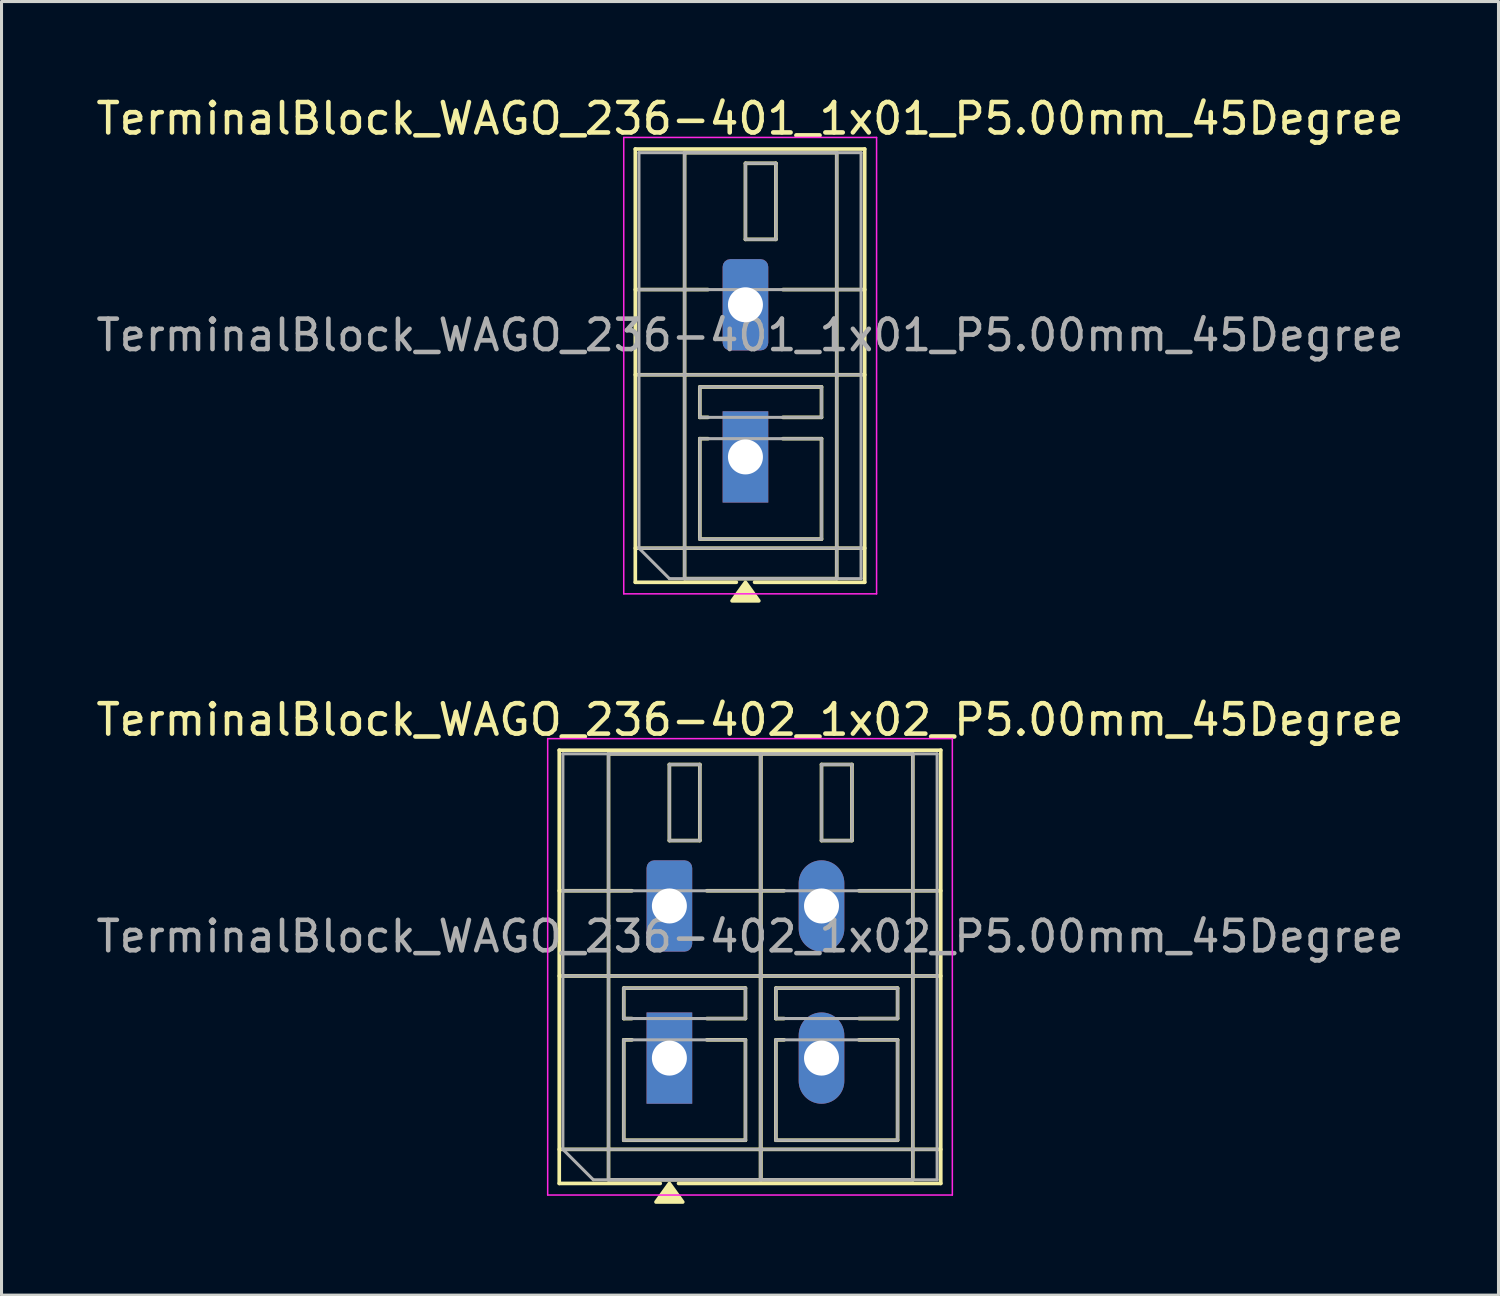
<source format=kicad_pcb>
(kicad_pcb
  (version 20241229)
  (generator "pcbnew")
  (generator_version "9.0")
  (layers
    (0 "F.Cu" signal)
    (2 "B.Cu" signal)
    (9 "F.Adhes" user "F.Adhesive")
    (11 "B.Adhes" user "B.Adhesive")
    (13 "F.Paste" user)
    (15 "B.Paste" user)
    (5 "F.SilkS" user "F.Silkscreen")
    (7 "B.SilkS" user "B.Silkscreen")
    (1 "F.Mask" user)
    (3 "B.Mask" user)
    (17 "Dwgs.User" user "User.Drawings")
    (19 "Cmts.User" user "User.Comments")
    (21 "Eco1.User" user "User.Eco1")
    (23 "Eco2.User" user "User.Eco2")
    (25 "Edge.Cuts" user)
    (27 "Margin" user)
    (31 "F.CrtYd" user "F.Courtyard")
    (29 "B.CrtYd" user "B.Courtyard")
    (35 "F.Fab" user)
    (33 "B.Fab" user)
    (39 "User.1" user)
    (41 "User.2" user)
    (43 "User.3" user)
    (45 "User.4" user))
  (footprint "TerminalBlock_WAGO_236-402_1x02_P5.00mm_45Degree"
    (layer "F.Cu")
    (at 18.951 26.727)
    (property "Reference" "TerminalBlock_WAGO_236-402_1x02_P5.00mm_45Degree" (at 2.65 -6.12 0) (layer "F.SilkS") (effects (font (size 1 1) (thickness 0.15))))
    (attr through_hole)
    (fp_line (start -3.62 -5.12) (end -3.62 9.12) (stroke (width 0.12) (type solid)) (layer "F.SilkS"))
    (fp_line (start -3.62 -5.12) (end 8.92 -5.12) (stroke (width 0.12) (type solid)) (layer "F.SilkS"))
    (fp_line (start -3.62 -0.5) (end -1.23 -0.5) (stroke (width 0.12) (type solid)) (layer "F.SilkS"))
    (fp_line (start -3.62 2.3) (end 8.92 2.3) (stroke (width 0.12) (type solid)) (layer "F.SilkS"))
    (fp_line (start -3.62 8) (end 8.92 8) (stroke (width 0.12) (type solid)) (layer "F.SilkS"))
    (fp_line (start -3.62 9.12) (end -0.3 9.12) (stroke (width 0.12) (type solid)) (layer "F.SilkS"))
    (fp_line (start -2 -5) (end -2 9) (stroke (width 0.12) (type solid)) (layer "F.SilkS"))
    (fp_line (start -2 -5) (end 3 -5) (stroke (width 0.12) (type solid)) (layer "F.SilkS"))
    (fp_line (start -2 9) (end 3 9) (stroke (width 0.12) (type solid)) (layer "F.SilkS"))
    (fp_line (start -1.5 2.7) (end -1.5 3.7) (stroke (width 0.12) (type solid)) (layer "F.SilkS"))
    (fp_line (start -1.5 2.7) (end 2.5 2.7) (stroke (width 0.12) (type solid)) (layer "F.SilkS"))
    (fp_line (start -1.5 3.7) (end -1.23 3.7) (stroke (width 0.12) (type solid)) (layer "F.SilkS"))
    (fp_line (start -1.5 4.4) (end -1.5 7.7) (stroke (width 0.12) (type solid)) (layer "F.SilkS"))
    (fp_line (start -1.5 4.4) (end -1.23 4.4) (stroke (width 0.12) (type solid)) (layer "F.SilkS"))
    (fp_line (start -1.5 7.7) (end 2.5 7.7) (stroke (width 0.12) (type solid)) (layer "F.SilkS"))
    (fp_line (start 0 -4.65) (end 0 -2.15) (stroke (width 0.12) (type solid)) (layer "F.SilkS"))
    (fp_line (start 0 -4.65) (end 1 -4.65) (stroke (width 0.12) (type solid)) (layer "F.SilkS"))
    (fp_line (start 0 -2.15) (end 1 -2.15) (stroke (width 0.12) (type solid)) (layer "F.SilkS"))
    (fp_line (start 0.3 9.12) (end 8.92 9.12) (stroke (width 0.12) (type solid)) (layer "F.SilkS"))
    (fp_line (start 1 -4.65) (end 1 -2.15) (stroke (width 0.12) (type solid)) (layer "F.SilkS"))
    (fp_line (start 1.23 -0.5) (end 3.77 -0.5) (stroke (width 0.12) (type solid)) (layer "F.SilkS"))
    (fp_line (start 1.23 3.7) (end 2.5 3.7) (stroke (width 0.12) (type solid)) (layer "F.SilkS"))
    (fp_line (start 1.23 4.4) (end 2.5 4.4) (stroke (width 0.12) (type solid)) (layer "F.SilkS"))
    (fp_line (start 2.5 2.7) (end 2.5 3.7) (stroke (width 0.12) (type solid)) (layer "F.SilkS"))
    (fp_line (start 2.5 4.4) (end 2.5 7.7) (stroke (width 0.12) (type solid)) (layer "F.SilkS"))
    (fp_line (start 3 -5) (end 3 9) (stroke (width 0.12) (type solid)) (layer "F.SilkS"))
    (fp_line (start 3 -5) (end 3 9) (stroke (width 0.12) (type solid)) (layer "F.SilkS"))
    (fp_line (start 3 -5) (end 8 -5) (stroke (width 0.12) (type solid)) (layer "F.SilkS"))
    (fp_line (start 3 9) (end 8 9) (stroke (width 0.12) (type solid)) (layer "F.SilkS"))
    (fp_line (start 3.5 2.7) (end 3.5 3.7) (stroke (width 0.12) (type solid)) (layer "F.SilkS"))
    (fp_line (start 3.5 2.7) (end 7.5 2.7) (stroke (width 0.12) (type solid)) (layer "F.SilkS"))
    (fp_line (start 3.5 3.7) (end 3.77 3.7) (stroke (width 0.12) (type solid)) (layer "F.SilkS"))
    (fp_line (start 3.5 4.4) (end 3.5 7.7) (stroke (width 0.12) (type solid)) (layer "F.SilkS"))
    (fp_line (start 3.5 4.4) (end 3.77 4.4) (stroke (width 0.12) (type solid)) (layer "F.SilkS"))
    (fp_line (start 3.5 7.7) (end 7.5 7.7) (stroke (width 0.12) (type solid)) (layer "F.SilkS"))
    (fp_line (start 5 -4.65) (end 5 -2.15) (stroke (width 0.12) (type solid)) (layer "F.SilkS"))
    (fp_line (start 5 -4.65) (end 6 -4.65) (stroke (width 0.12) (type solid)) (layer "F.SilkS"))
    (fp_line (start 5 -2.15) (end 6 -2.15) (stroke (width 0.12) (type solid)) (layer "F.SilkS"))
    (fp_line (start 6 -4.65) (end 6 -2.15) (stroke (width 0.12) (type solid)) (layer "F.SilkS"))
    (fp_line (start 6.23 -0.5) (end 8.92 -0.5) (stroke (width 0.12) (type solid)) (layer "F.SilkS"))
    (fp_line (start 6.23 3.7) (end 7.5 3.7) (stroke (width 0.12) (type solid)) (layer "F.SilkS"))
    (fp_line (start 6.23 4.4) (end 7.5 4.4) (stroke (width 0.12) (type solid)) (layer "F.SilkS"))
    (fp_line (start 7.5 2.7) (end 7.5 3.7) (stroke (width 0.12) (type solid)) (layer "F.SilkS"))
    (fp_line (start 7.5 4.4) (end 7.5 7.7) (stroke (width 0.12) (type solid)) (layer "F.SilkS"))
    (fp_line (start 8 -5) (end 8 9) (stroke (width 0.12) (type solid)) (layer "F.SilkS"))
    (fp_line (start 8.92 -5.12) (end 8.92 9.12) (stroke (width 0.12) (type solid)) (layer "F.SilkS"))
    (fp_poly (pts (xy 0 9.12) (xy 0.44 9.73) (xy -0.44 9.73)) (stroke (width 0.12) (type solid)) (fill yes) (layer "F.SilkS"))
    (fp_line (start -4 -5.5) (end -4 9.5) (stroke (width 0.05) (type solid)) (layer "F.CrtYd"))
    (fp_line (start -4 9.5) (end 9.3 9.5) (stroke (width 0.05) (type solid)) (layer "F.CrtYd"))
    (fp_line (start 9.3 -5.5) (end -4 -5.5) (stroke (width 0.05) (type solid)) (layer "F.CrtYd"))
    (fp_line (start 9.3 9.5) (end 9.3 -5.5) (stroke (width 0.05) (type solid)) (layer "F.CrtYd"))
    (fp_line (start -3.5 -5) (end 8.8 -5) (stroke (width 0.1) (type solid)) (layer "F.Fab"))
    (fp_line (start -3.5 -0.5) (end 8.8 -0.5) (stroke (width 0.1) (type solid)) (layer "F.Fab"))
    (fp_line (start -3.5 2.3) (end 8.8 2.3) (stroke (width 0.1) (type solid)) (layer "F.Fab"))
    (fp_line (start -3.5 8) (end -3.5 -5) (stroke (width 0.1) (type solid)) (layer "F.Fab"))
    (fp_line (start -3.5 8) (end 8.8 8) (stroke (width 0.1) (type solid)) (layer "F.Fab"))
    (fp_line (start -2.5 9) (end -3.5 8) (stroke (width 0.1) (type solid)) (layer "F.Fab"))
    (fp_line (start -2 -5) (end -2 9) (stroke (width 0.1) (type solid)) (layer "F.Fab"))
    (fp_line (start -2 9) (end 3 9) (stroke (width 0.1) (type solid)) (layer "F.Fab"))
    (fp_line (start -1.5 2.7) (end -1.5 3.7) (stroke (width 0.1) (type solid)) (layer "F.Fab"))
    (fp_line (start -1.5 3.7) (end 2.5 3.7) (stroke (width 0.1) (type solid)) (layer "F.Fab"))
    (fp_line (start -1.5 4.4) (end -1.5 7.7) (stroke (width 0.1) (type solid)) (layer "F.Fab"))
    (fp_line (start -1.5 7.7) (end 2.5 7.7) (stroke (width 0.1) (type solid)) (layer "F.Fab"))
    (fp_line (start 0 -4.65) (end 0 -2.15) (stroke (width 0.1) (type solid)) (layer "F.Fab"))
    (fp_line (start 0 -2.15) (end 1 -2.15) (stroke (width 0.1) (type solid)) (layer "F.Fab"))
    (fp_line (start 1 -4.65) (end 0 -4.65) (stroke (width 0.1) (type solid)) (layer "F.Fab"))
    (fp_line (start 1 -2.15) (end 1 -4.65) (stroke (width 0.1) (type solid)) (layer "F.Fab"))
    (fp_line (start 2.5 2.7) (end -1.5 2.7) (stroke (width 0.1) (type solid)) (layer "F.Fab"))
    (fp_line (start 2.5 3.7) (end 2.5 2.7) (stroke (width 0.1) (type solid)) (layer "F.Fab"))
    (fp_line (start 2.5 4.4) (end -1.5 4.4) (stroke (width 0.1) (type solid)) (layer "F.Fab"))
    (fp_line (start 2.5 7.7) (end 2.5 4.4) (stroke (width 0.1) (type solid)) (layer "F.Fab"))
    (fp_line (start 3 -5) (end -2 -5) (stroke (width 0.1) (type solid)) (layer "F.Fab"))
    (fp_line (start 3 -5) (end 3 9) (stroke (width 0.1) (type solid)) (layer "F.Fab"))
    (fp_line (start 3 9) (end 3 -5) (stroke (width 0.1) (type solid)) (layer "F.Fab"))
    (fp_line (start 3 9) (end 8 9) (stroke (width 0.1) (type solid)) (layer "F.Fab"))
    (fp_line (start 3.5 2.7) (end 3.5 3.7) (stroke (width 0.1) (type solid)) (layer "F.Fab"))
    (fp_line (start 3.5 3.7) (end 7.5 3.7) (stroke (width 0.1) (type solid)) (layer "F.Fab"))
    (fp_line (start 3.5 4.4) (end 3.5 7.7) (stroke (width 0.1) (type solid)) (layer "F.Fab"))
    (fp_line (start 3.5 7.7) (end 7.5 7.7) (stroke (width 0.1) (type solid)) (layer "F.Fab"))
    (fp_line (start 5 -4.65) (end 5 -2.15) (stroke (width 0.1) (type solid)) (layer "F.Fab"))
    (fp_line (start 5 -2.15) (end 6 -2.15) (stroke (width 0.1) (type solid)) (layer "F.Fab"))
    (fp_line (start 6 -4.65) (end 5 -4.65) (stroke (width 0.1) (type solid)) (layer "F.Fab"))
    (fp_line (start 6 -2.15) (end 6 -4.65) (stroke (width 0.1) (type solid)) (layer "F.Fab"))
    (fp_line (start 7.5 2.7) (end 3.5 2.7) (stroke (width 0.1) (type solid)) (layer "F.Fab"))
    (fp_line (start 7.5 3.7) (end 7.5 2.7) (stroke (width 0.1) (type solid)) (layer "F.Fab"))
    (fp_line (start 7.5 4.4) (end 3.5 4.4) (stroke (width 0.1) (type solid)) (layer "F.Fab"))
    (fp_line (start 7.5 7.7) (end 7.5 4.4) (stroke (width 0.1) (type solid)) (layer "F.Fab"))
    (fp_line (start 8 -5) (end 3 -5) (stroke (width 0.1) (type solid)) (layer "F.Fab"))
    (fp_line (start 8 9) (end 8 -5) (stroke (width 0.1) (type solid)) (layer "F.Fab"))
    (fp_line (start 8.8 -5) (end 8.8 9) (stroke (width 0.1) (type solid)) (layer "F.Fab"))
    (fp_line (start 8.8 9) (end -2.5 9) (stroke (width 0.1) (type solid)) (layer "F.Fab"))
    (fp_text user "${REFERENCE}" (at 2.65 1 0) (layer "F.Fab") (effects (font (size 1 1) (thickness 0.15))))
    (pad "1" thru_hole roundrect (at 0 0) (size 1.5 3) (drill 1.15) (layers "*.Cu" "*.Mask") (roundrect_rratio 0.167))
    (pad "1" thru_hole rect (at 0 5) (size 1.5 3) (drill 1.15) (layers "*.Cu" "*.Mask"))
    (pad "2" thru_hole oval (at 5 0) (size 1.5 3) (drill 1.15) (layers "*.Cu" "*.Mask"))
    (pad "2" thru_hole oval (at 5 5) (size 1.5 3) (drill 1.15) (layers "*.Cu" "*.Mask")))
  (footprint "TerminalBlock_WAGO_236-401_1x01_P5.00mm_45Degree"
    (layer "F.Cu")
    (at 21.451 6.968)
    (property "Reference" "TerminalBlock_WAGO_236-401_1x01_P5.00mm_45Degree" (at 0.15 -6.12 0) (layer "F.SilkS") (effects (font (size 1 1) (thickness 0.15))))
    (attr through_hole)
    (fp_line (start -3.62 -5.12) (end -3.62 9.12) (stroke (width 0.12) (type solid)) (layer "F.SilkS"))
    (fp_line (start -3.62 -5.12) (end 3.92 -5.12) (stroke (width 0.12) (type solid)) (layer "F.SilkS"))
    (fp_line (start -3.62 -0.5) (end -1.23 -0.5) (stroke (width 0.12) (type solid)) (layer "F.SilkS"))
    (fp_line (start -3.62 2.3) (end 3.92 2.3) (stroke (width 0.12) (type solid)) (layer "F.SilkS"))
    (fp_line (start -3.62 8) (end 3.92 8) (stroke (width 0.12) (type solid)) (layer "F.SilkS"))
    (fp_line (start -3.62 9.12) (end -0.3 9.12) (stroke (width 0.12) (type solid)) (layer "F.SilkS"))
    (fp_line (start -2 -5) (end -2 9) (stroke (width 0.12) (type solid)) (layer "F.SilkS"))
    (fp_line (start -2 -5) (end 3 -5) (stroke (width 0.12) (type solid)) (layer "F.SilkS"))
    (fp_line (start -2 9) (end 3 9) (stroke (width 0.12) (type solid)) (layer "F.SilkS"))
    (fp_line (start -1.5 2.7) (end -1.5 3.7) (stroke (width 0.12) (type solid)) (layer "F.SilkS"))
    (fp_line (start -1.5 2.7) (end 2.5 2.7) (stroke (width 0.12) (type solid)) (layer "F.SilkS"))
    (fp_line (start -1.5 3.7) (end -1.23 3.7) (stroke (width 0.12) (type solid)) (layer "F.SilkS"))
    (fp_line (start -1.5 4.4) (end -1.5 7.7) (stroke (width 0.12) (type solid)) (layer "F.SilkS"))
    (fp_line (start -1.5 4.4) (end -1.23 4.4) (stroke (width 0.12) (type solid)) (layer "F.SilkS"))
    (fp_line (start -1.5 7.7) (end 2.5 7.7) (stroke (width 0.12) (type solid)) (layer "F.SilkS"))
    (fp_line (start 0 -4.65) (end 0 -2.15) (stroke (width 0.12) (type solid)) (layer "F.SilkS"))
    (fp_line (start 0 -4.65) (end 1 -4.65) (stroke (width 0.12) (type solid)) (layer "F.SilkS"))
    (fp_line (start 0 -2.15) (end 1 -2.15) (stroke (width 0.12) (type solid)) (layer "F.SilkS"))
    (fp_line (start 0.3 9.12) (end 3.92 9.12) (stroke (width 0.12) (type solid)) (layer "F.SilkS"))
    (fp_line (start 1 -4.65) (end 1 -2.15) (stroke (width 0.12) (type solid)) (layer "F.SilkS"))
    (fp_line (start 1.23 -0.5) (end 3.92 -0.5) (stroke (width 0.12) (type solid)) (layer "F.SilkS"))
    (fp_line (start 1.23 3.7) (end 2.5 3.7) (stroke (width 0.12) (type solid)) (layer "F.SilkS"))
    (fp_line (start 1.23 4.4) (end 2.5 4.4) (stroke (width 0.12) (type solid)) (layer "F.SilkS"))
    (fp_line (start 2.5 2.7) (end 2.5 3.7) (stroke (width 0.12) (type solid)) (layer "F.SilkS"))
    (fp_line (start 2.5 4.4) (end 2.5 7.7) (stroke (width 0.12) (type solid)) (layer "F.SilkS"))
    (fp_line (start 3 -5) (end 3 9) (stroke (width 0.12) (type solid)) (layer "F.SilkS"))
    (fp_line (start 3.92 -5.12) (end 3.92 9.12) (stroke (width 0.12) (type solid)) (layer "F.SilkS"))
    (fp_poly (pts (xy 0 9.12) (xy 0.44 9.73) (xy -0.44 9.73)) (stroke (width 0.12) (type solid)) (fill yes) (layer "F.SilkS"))
    (fp_line (start -4 -5.5) (end -4 9.5) (stroke (width 0.05) (type solid)) (layer "F.CrtYd"))
    (fp_line (start -4 9.5) (end 4.31 9.5) (stroke (width 0.05) (type solid)) (layer "F.CrtYd"))
    (fp_line (start 4.31 -5.5) (end -4 -5.5) (stroke (width 0.05) (type solid)) (layer "F.CrtYd"))
    (fp_line (start 4.31 9.5) (end 4.31 -5.5) (stroke (width 0.05) (type solid)) (layer "F.CrtYd"))
    (fp_line (start -3.5 -5) (end 3.8 -5) (stroke (width 0.1) (type solid)) (layer "F.Fab"))
    (fp_line (start -3.5 -0.5) (end 3.8 -0.5) (stroke (width 0.1) (type solid)) (layer "F.Fab"))
    (fp_line (start -3.5 2.3) (end 3.8 2.3) (stroke (width 0.1) (type solid)) (layer "F.Fab"))
    (fp_line (start -3.5 8) (end -3.5 -5) (stroke (width 0.1) (type solid)) (layer "F.Fab"))
    (fp_line (start -3.5 8) (end 3.8 8) (stroke (width 0.1) (type solid)) (layer "F.Fab"))
    (fp_line (start -2.5 9) (end -3.5 8) (stroke (width 0.1) (type solid)) (layer "F.Fab"))
    (fp_line (start -2 -5) (end -2 9) (stroke (width 0.1) (type solid)) (layer "F.Fab"))
    (fp_line (start -2 9) (end 3 9) (stroke (width 0.1) (type solid)) (layer "F.Fab"))
    (fp_line (start -1.5 2.7) (end -1.5 3.7) (stroke (width 0.1) (type solid)) (layer "F.Fab"))
    (fp_line (start -1.5 3.7) (end 2.5 3.7) (stroke (width 0.1) (type solid)) (layer "F.Fab"))
    (fp_line (start -1.5 4.4) (end -1.5 7.7) (stroke (width 0.1) (type solid)) (layer "F.Fab"))
    (fp_line (start -1.5 7.7) (end 2.5 7.7) (stroke (width 0.1) (type solid)) (layer "F.Fab"))
    (fp_line (start 0 -4.65) (end 0 -2.15) (stroke (width 0.1) (type solid)) (layer "F.Fab"))
    (fp_line (start 0 -2.15) (end 1 -2.15) (stroke (width 0.1) (type solid)) (layer "F.Fab"))
    (fp_line (start 1 -4.65) (end 0 -4.65) (stroke (width 0.1) (type solid)) (layer "F.Fab"))
    (fp_line (start 1 -2.15) (end 1 -4.65) (stroke (width 0.1) (type solid)) (layer "F.Fab"))
    (fp_line (start 2.5 2.7) (end -1.5 2.7) (stroke (width 0.1) (type solid)) (layer "F.Fab"))
    (fp_line (start 2.5 3.7) (end 2.5 2.7) (stroke (width 0.1) (type solid)) (layer "F.Fab"))
    (fp_line (start 2.5 4.4) (end -1.5 4.4) (stroke (width 0.1) (type solid)) (layer "F.Fab"))
    (fp_line (start 2.5 7.7) (end 2.5 4.4) (stroke (width 0.1) (type solid)) (layer "F.Fab"))
    (fp_line (start 3 -5) (end -2 -5) (stroke (width 0.1) (type solid)) (layer "F.Fab"))
    (fp_line (start 3 9) (end 3 -5) (stroke (width 0.1) (type solid)) (layer "F.Fab"))
    (fp_line (start 3.8 -5) (end 3.8 9) (stroke (width 0.1) (type solid)) (layer "F.Fab"))
    (fp_line (start 3.8 9) (end -2.5 9) (stroke (width 0.1) (type solid)) (layer "F.Fab"))
    (fp_text user "${REFERENCE}" (at 0.15 1 0) (layer "F.Fab") (effects (font (size 1 1) (thickness 0.15))))
    (pad "1" thru_hole roundrect (at 0 0) (size 1.5 3) (drill 1.15) (layers "*.Cu" "*.Mask") (roundrect_rratio 0.167))
    (pad "1" thru_hole rect (at 0 5) (size 1.5 3) (drill 1.15) (layers "*.Cu" "*.Mask")))
  (gr_rect
    (start -3 -3)
    (end 46.202 39.517)
    (stroke (width 0.1) (type default))
    (fill no)
    (layer "Edge.Cuts")))
</source>
